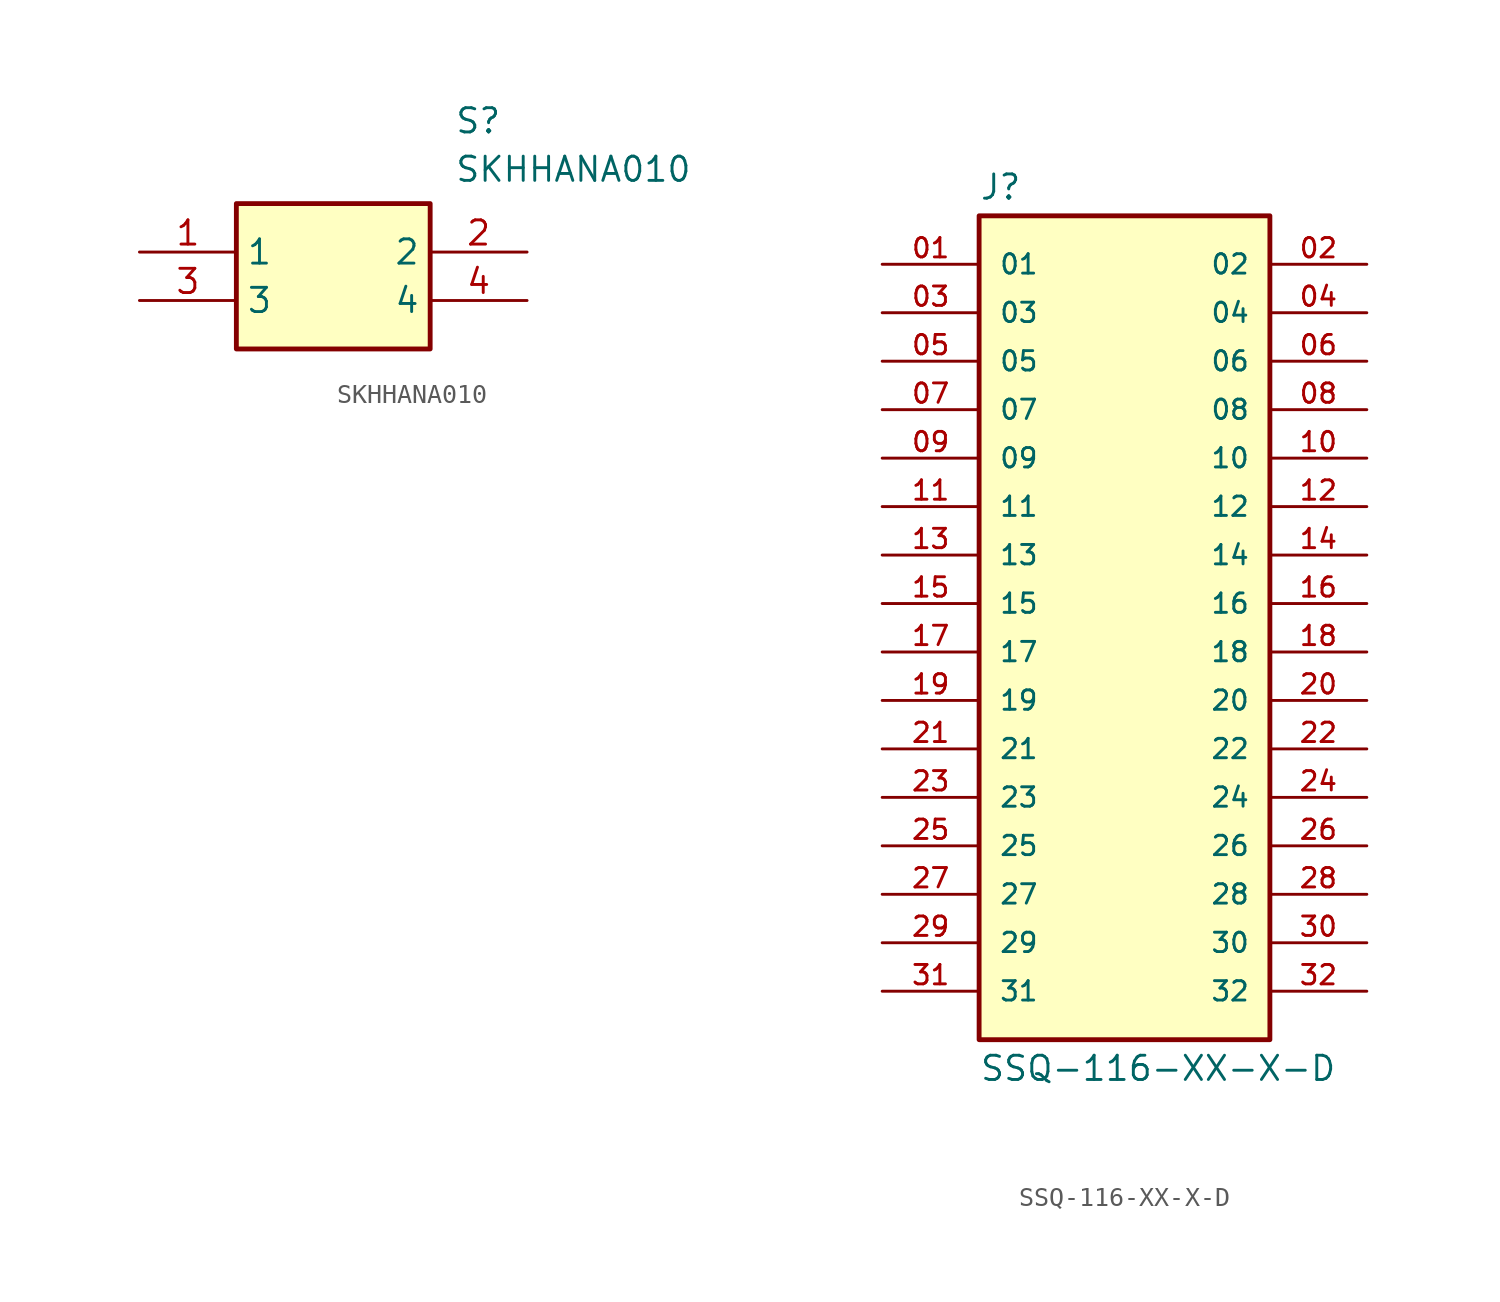
<source format=kicad_sym>
(kicad_symbol_lib
  (version 20211014)
  (generator SamacSys_ECAD_Model)
  (symbol "SKHHANA010"
    (property "Reference" "S"
      (at 16.51 7.62 0)
      (effects (font (size 1.27 1.27)) (justify left top)))
    (property "Value" "SKHHANA010"
      (at 16.51 5.08 0)
      (effects (font (size 1.27 1.27)) (justify left top)))
    (rectangle
      (start 5.08 2.54)
      (end 15.24 -5.08)
      (stroke (width 0.254) (type default))
      (fill (type background)))
    (pin passive line
      (at 0 0 0)
      (length 5.08)
      (name "1" (effects (font (size 1.27 1.27))))
      (number "1" (effects (font (size 1.27 1.27)))))
    (pin passive line
      (at 20.32 0 180)
      (length 5.08)
      (name "2" (effects (font (size 1.27 1.27))))
      (number "2" (effects (font (size 1.27 1.27)))))
    (pin passive line
      (at 0 -2.54 0)
      (length 5.08)
      (name "3" (effects (font (size 1.27 1.27))))
      (number "3" (effects (font (size 1.27 1.27)))))
    (pin passive line
      (at 20.32 -2.54 180)
      (length 5.08)
      (name "4" (effects (font (size 1.27 1.27))))
      (number "4" (effects (font (size 1.27 1.27))))))
  (symbol "SSQ-116-XX-X-D"
    (pin_names
      (offset 1.016))
    (property "Reference" "J"
      (at -7.62 21.082 0)
      (effects (font (size 1.27 1.27)) (justify bottom left)))
    (property "Value" "SSQ-116-XX-X-D"
      (at -7.62 -23.622 0)
      (effects (font (size 1.27 1.27)) (justify top left)))
    (symbol "SSQ-116-XX-X-D_0_0"
      (rectangle (start -7.62 -22.86) (end 7.62 20.32) (stroke (width 0.254)) (fill (type background)))
      (pin passive line (at -12.7 17.78 0) (length 5.08) (name "01" (effects (font (size 1.016 1.016)))) (number "01" (effects (font (size 1.016 1.016)))))
      (pin passive line (at 12.7 17.78 180.0) (length 5.08) (name "02" (effects (font (size 1.016 1.016)))) (number "02" (effects (font (size 1.016 1.016)))))
      (pin passive line (at -12.7 15.24 0) (length 5.08) (name "03" (effects (font (size 1.016 1.016)))) (number "03" (effects (font (size 1.016 1.016)))))
      (pin passive line (at 12.7 15.24 180.0) (length 5.08) (name "04" (effects (font (size 1.016 1.016)))) (number "04" (effects (font (size 1.016 1.016)))))
      (pin passive line (at -12.7 12.7 0) (length 5.08) (name "05" (effects (font (size 1.016 1.016)))) (number "05" (effects (font (size 1.016 1.016)))))
      (pin passive line (at 12.7 12.7 180.0) (length 5.08) (name "06" (effects (font (size 1.016 1.016)))) (number "06" (effects (font (size 1.016 1.016)))))
      (pin passive line (at -12.7 10.16 0) (length 5.08) (name "07" (effects (font (size 1.016 1.016)))) (number "07" (effects (font (size 1.016 1.016)))))
      (pin passive line (at 12.7 10.16 180.0) (length 5.08) (name "08" (effects (font (size 1.016 1.016)))) (number "08" (effects (font (size 1.016 1.016)))))
      (pin passive line (at -12.7 7.62 0) (length 5.08) (name "09" (effects (font (size 1.016 1.016)))) (number "09" (effects (font (size 1.016 1.016)))))
      (pin passive line (at 12.7 7.62 180.0) (length 5.08) (name "10" (effects (font (size 1.016 1.016)))) (number "10" (effects (font (size 1.016 1.016)))))
      (pin passive line (at -12.7 5.08 0) (length 5.08) (name "11" (effects (font (size 1.016 1.016)))) (number "11" (effects (font (size 1.016 1.016)))))
      (pin passive line (at 12.7 5.08 180.0) (length 5.08) (name "12" (effects (font (size 1.016 1.016)))) (number "12" (effects (font (size 1.016 1.016)))))
      (pin passive line (at -12.7 2.54 0) (length 5.08) (name "13" (effects (font (size 1.016 1.016)))) (number "13" (effects (font (size 1.016 1.016)))))
      (pin passive line (at 12.7 2.54 180.0) (length 5.08) (name "14" (effects (font (size 1.016 1.016)))) (number "14" (effects (font (size 1.016 1.016)))))
      (pin passive line (at -12.7 0.0 0) (length 5.08) (name "15" (effects (font (size 1.016 1.016)))) (number "15" (effects (font (size 1.016 1.016)))))
      (pin passive line (at 12.7 0.0 180.0) (length 5.08) (name "16" (effects (font (size 1.016 1.016)))) (number "16" (effects (font (size 1.016 1.016)))))
      (pin passive line (at -12.7 -2.54 0) (length 5.08) (name "17" (effects (font (size 1.016 1.016)))) (number "17" (effects (font (size 1.016 1.016)))))
      (pin passive line (at 12.7 -2.54 180.0) (length 5.08) (name "18" (effects (font (size 1.016 1.016)))) (number "18" (effects (font (size 1.016 1.016)))))
      (pin passive line (at -12.7 -5.08 0) (length 5.08) (name "19" (effects (font (size 1.016 1.016)))) (number "19" (effects (font (size 1.016 1.016)))))
      (pin passive line (at 12.7 -5.08 180.0) (length 5.08) (name "20" (effects (font (size 1.016 1.016)))) (number "20" (effects (font (size 1.016 1.016)))))
      (pin passive line (at -12.7 -7.62 0) (length 5.08) (name "21" (effects (font (size 1.016 1.016)))) (number "21" (effects (font (size 1.016 1.016)))))
      (pin passive line (at 12.7 -7.62 180.0) (length 5.08) (name "22" (effects (font (size 1.016 1.016)))) (number "22" (effects (font (size 1.016 1.016)))))
      (pin passive line (at -12.7 -10.16 0) (length 5.08) (name "23" (effects (font (size 1.016 1.016)))) (number "23" (effects (font (size 1.016 1.016)))))
      (pin passive line (at -12.7 -12.7 0) (length 5.08) (name "25" (effects (font (size 1.016 1.016)))) (number "25" (effects (font (size 1.016 1.016)))))
      (pin passive line (at -12.7 -15.24 0) (length 5.08) (name "27" (effects (font (size 1.016 1.016)))) (number "27" (effects (font (size 1.016 1.016)))))
      (pin passive line (at -12.7 -17.78 0) (length 5.08) (name "29" (effects (font (size 1.016 1.016)))) (number "29" (effects (font (size 1.016 1.016)))))
      (pin passive line (at -12.7 -20.32 0) (length 5.08) (name "31" (effects (font (size 1.016 1.016)))) (number "31" (effects (font (size 1.016 1.016)))))
      (pin passive line (at 12.7 -20.32 180.0) (length 5.08) (name "32" (effects (font (size 1.016 1.016)))) (number "32" (effects (font (size 1.016 1.016)))))
      (pin passive line (at 12.7 -17.78 180.0) (length 5.08) (name "30" (effects (font (size 1.016 1.016)))) (number "30" (effects (font (size 1.016 1.016)))))
      (pin passive line (at 12.7 -15.24 180.0) (length 5.08) (name "28" (effects (font (size 1.016 1.016)))) (number "28" (effects (font (size 1.016 1.016)))))
      (pin passive line (at 12.7 -12.7 180.0) (length 5.08) (name "26" (effects (font (size 1.016 1.016)))) (number "26" (effects (font (size 1.016 1.016)))))
      (pin passive line (at 12.7 -10.16 180.0) (length 5.08) (name "24" (effects (font (size 1.016 1.016)))) (number "24" (effects (font (size 1.016 1.016))))))))
</source>
